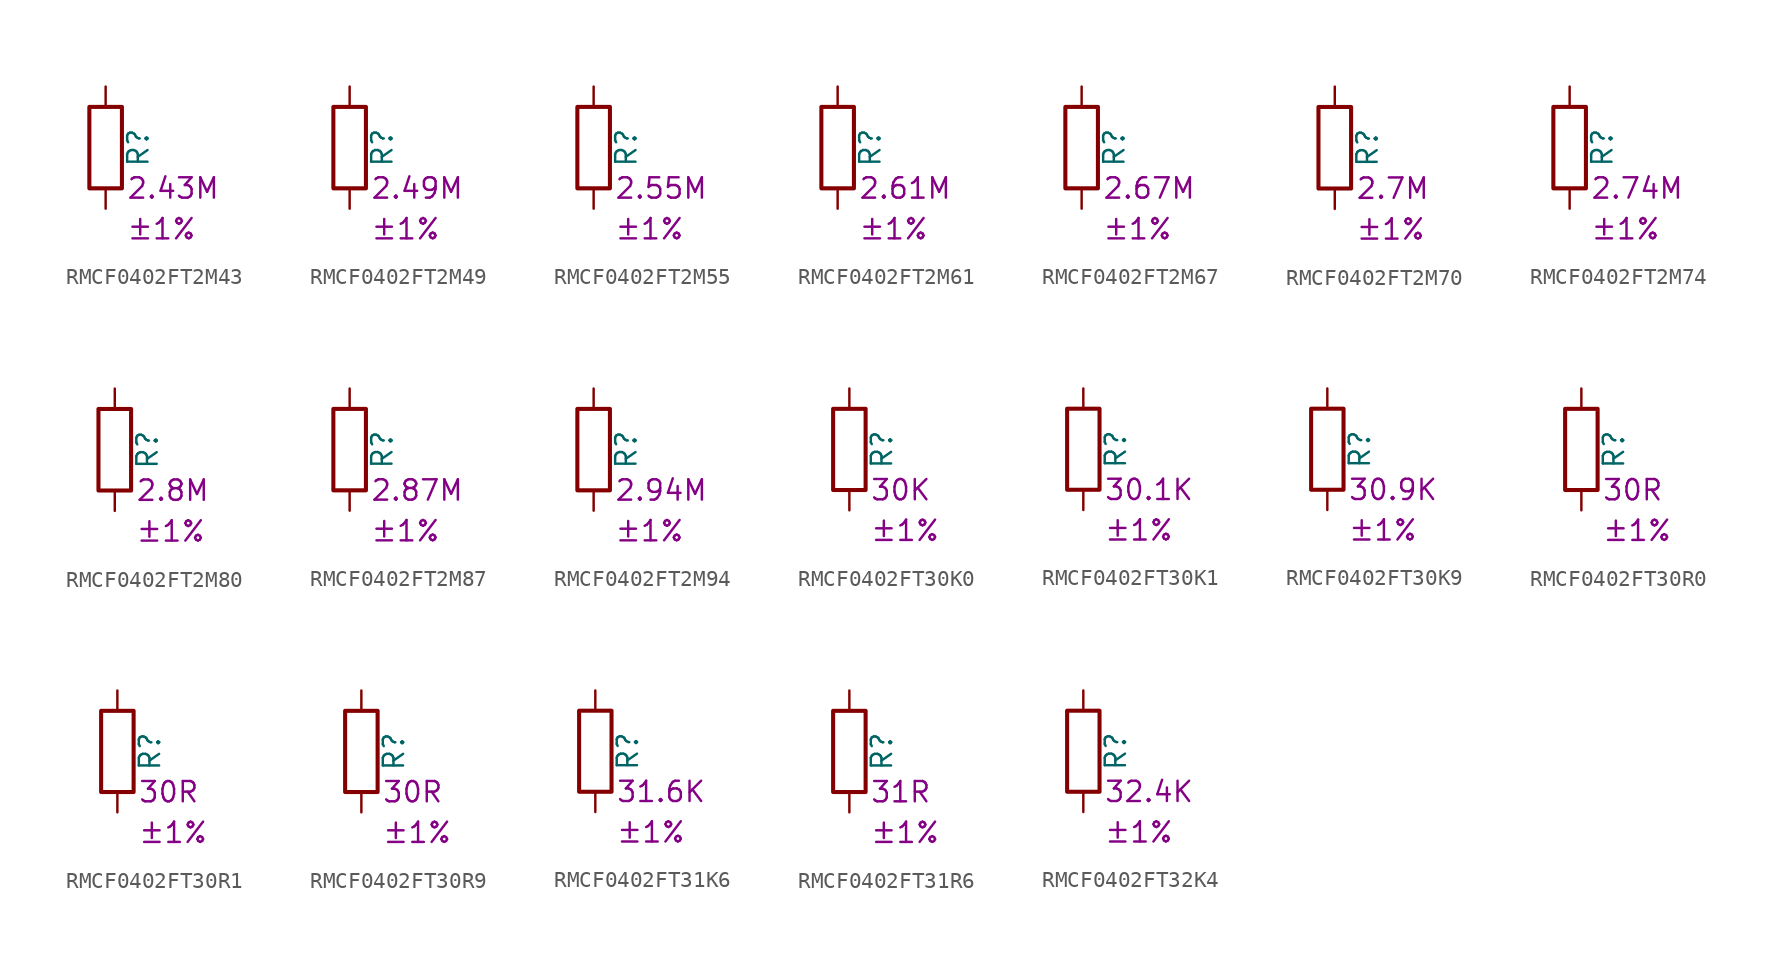
<source format=kicad_sym>
(kicad_symbol_lib
  (version 20220914)
  (generator kicad_symbol_editor)
  (symbol "RMCF0402FT2M43"
    (pin_numbers hide)
    (pin_names
      (offset 0))
    (property "Reference" "R"
      (at 2.032 0 90)
      (effects (font (size 1.27 1.27))))
    (property "Resistance" "2.43M"
      (at 1.27 -2.54 0)
      (effects (font (size 1.27 1.27)) (justify left)))
    (property "Tolerance" "±1%"
      (at 1.27 -5.08 0)
      (effects (font (size 1.27 1.27)) (justify left)))
    (symbol "RMCF0402FT2M43_0_1"
      (rectangle (start -1.016 -2.54) (end 1.016 2.54) (stroke (width 0.254) (type default)) (fill (type none))))
    (symbol "RMCF0402FT2M43_1_1"
      (pin passive line (at 0 3.81 270) (length 1.27) (name "~" (effects (font (size 1.27 1.27)))) (number "1" (effects (font (size 1.27 1.27)))))
      (pin passive line (at 0 -3.81 90) (length 1.27) (name "~" (effects (font (size 1.27 1.27)))) (number "2" (effects (font (size 1.27 1.27)))))))
  (symbol "RMCF0402FT2M49"
    (pin_numbers hide)
    (pin_names
      (offset 0))
    (property "Reference" "R"
      (at 2.032 0 90)
      (effects (font (size 1.27 1.27))))
    (property "Resistance" "2.49M"
      (at 1.27 -2.54 0)
      (effects (font (size 1.27 1.27)) (justify left)))
    (property "Tolerance" "±1%"
      (at 1.27 -5.08 0)
      (effects (font (size 1.27 1.27)) (justify left)))
    (symbol "RMCF0402FT2M49_0_1"
      (rectangle (start -1.016 -2.54) (end 1.016 2.54) (stroke (width 0.254) (type default)) (fill (type none))))
    (symbol "RMCF0402FT2M49_1_1"
      (pin passive line (at 0 3.81 270) (length 1.27) (name "~" (effects (font (size 1.27 1.27)))) (number "1" (effects (font (size 1.27 1.27)))))
      (pin passive line (at 0 -3.81 90) (length 1.27) (name "~" (effects (font (size 1.27 1.27)))) (number "2" (effects (font (size 1.27 1.27)))))))
  (symbol "RMCF0402FT2M55"
    (pin_numbers hide)
    (pin_names
      (offset 0))
    (property "Reference" "R"
      (at 2.032 0 90)
      (effects (font (size 1.27 1.27))))
    (property "Resistance" "2.55M"
      (at 1.27 -2.54 0)
      (effects (font (size 1.27 1.27)) (justify left)))
    (property "Tolerance" "±1%"
      (at 1.27 -5.08 0)
      (effects (font (size 1.27 1.27)) (justify left)))
    (symbol "RMCF0402FT2M55_0_1"
      (rectangle (start -1.016 -2.54) (end 1.016 2.54) (stroke (width 0.254) (type default)) (fill (type none))))
    (symbol "RMCF0402FT2M55_1_1"
      (pin passive line (at 0 3.81 270) (length 1.27) (name "~" (effects (font (size 1.27 1.27)))) (number "1" (effects (font (size 1.27 1.27)))))
      (pin passive line (at 0 -3.81 90) (length 1.27) (name "~" (effects (font (size 1.27 1.27)))) (number "2" (effects (font (size 1.27 1.27)))))))
  (symbol "RMCF0402FT2M61"
    (pin_numbers hide)
    (pin_names
      (offset 0))
    (property "Reference" "R"
      (at 2.032 0 90)
      (effects (font (size 1.27 1.27))))
    (property "Resistance" "2.61M"
      (at 1.27 -2.54 0)
      (effects (font (size 1.27 1.27)) (justify left)))
    (property "Tolerance" "±1%"
      (at 1.27 -5.08 0)
      (effects (font (size 1.27 1.27)) (justify left)))
    (symbol "RMCF0402FT2M61_0_1"
      (rectangle (start -1.016 -2.54) (end 1.016 2.54) (stroke (width 0.254) (type default)) (fill (type none))))
    (symbol "RMCF0402FT2M61_1_1"
      (pin passive line (at 0 3.81 270) (length 1.27) (name "~" (effects (font (size 1.27 1.27)))) (number "1" (effects (font (size 1.27 1.27)))))
      (pin passive line (at 0 -3.81 90) (length 1.27) (name "~" (effects (font (size 1.27 1.27)))) (number "2" (effects (font (size 1.27 1.27)))))))
  (symbol "RMCF0402FT2M67"
    (pin_numbers hide)
    (pin_names
      (offset 0))
    (property "Reference" "R"
      (at 2.032 0 90)
      (effects (font (size 1.27 1.27))))
    (property "Resistance" "2.67M"
      (at 1.27 -2.54 0)
      (effects (font (size 1.27 1.27)) (justify left)))
    (property "Tolerance" "±1%"
      (at 1.27 -5.08 0)
      (effects (font (size 1.27 1.27)) (justify left)))
    (symbol "RMCF0402FT2M67_0_1"
      (rectangle (start -1.016 -2.54) (end 1.016 2.54) (stroke (width 0.254) (type default)) (fill (type none))))
    (symbol "RMCF0402FT2M67_1_1"
      (pin passive line (at 0 3.81 270) (length 1.27) (name "~" (effects (font (size 1.27 1.27)))) (number "1" (effects (font (size 1.27 1.27)))))
      (pin passive line (at 0 -3.81 90) (length 1.27) (name "~" (effects (font (size 1.27 1.27)))) (number "2" (effects (font (size 1.27 1.27)))))))
  (symbol "RMCF0402FT2M70"
    (pin_numbers hide)
    (pin_names
      (offset 0))
    (property "Reference" "R"
      (at 2.032 0 90)
      (effects (font (size 1.27 1.27))))
    (property "Resistance" "2.7M"
      (at 1.27 -2.54 0)
      (effects (font (size 1.27 1.27)) (justify left)))
    (property "Tolerance" "±1%"
      (at 1.27 -5.08 0)
      (effects (font (size 1.27 1.27)) (justify left)))
    (symbol "RMCF0402FT2M70_0_1"
      (rectangle (start -1.016 -2.54) (end 1.016 2.54) (stroke (width 0.254) (type default)) (fill (type none))))
    (symbol "RMCF0402FT2M70_1_1"
      (pin passive line (at 0 3.81 270) (length 1.27) (name "~" (effects (font (size 1.27 1.27)))) (number "1" (effects (font (size 1.27 1.27)))))
      (pin passive line (at 0 -3.81 90) (length 1.27) (name "~" (effects (font (size 1.27 1.27)))) (number "2" (effects (font (size 1.27 1.27)))))))
  (symbol "RMCF0402FT2M74"
    (pin_numbers hide)
    (pin_names
      (offset 0))
    (property "Reference" "R"
      (at 2.032 0 90)
      (effects (font (size 1.27 1.27))))
    (property "Resistance" "2.74M"
      (at 1.27 -2.54 0)
      (effects (font (size 1.27 1.27)) (justify left)))
    (property "Tolerance" "±1%"
      (at 1.27 -5.08 0)
      (effects (font (size 1.27 1.27)) (justify left)))
    (symbol "RMCF0402FT2M74_0_1"
      (rectangle (start -1.016 -2.54) (end 1.016 2.54) (stroke (width 0.254) (type default)) (fill (type none))))
    (symbol "RMCF0402FT2M74_1_1"
      (pin passive line (at 0 3.81 270) (length 1.27) (name "~" (effects (font (size 1.27 1.27)))) (number "1" (effects (font (size 1.27 1.27)))))
      (pin passive line (at 0 -3.81 90) (length 1.27) (name "~" (effects (font (size 1.27 1.27)))) (number "2" (effects (font (size 1.27 1.27)))))))
  (symbol "RMCF0402FT2M80"
    (pin_numbers hide)
    (pin_names
      (offset 0))
    (property "Reference" "R"
      (at 2.032 0 90)
      (effects (font (size 1.27 1.27))))
    (property "Resistance" "2.8M"
      (at 1.27 -2.54 0)
      (effects (font (size 1.27 1.27)) (justify left)))
    (property "Tolerance" "±1%"
      (at 1.27 -5.08 0)
      (effects (font (size 1.27 1.27)) (justify left)))
    (symbol "RMCF0402FT2M80_0_1"
      (rectangle (start -1.016 -2.54) (end 1.016 2.54) (stroke (width 0.254) (type default)) (fill (type none))))
    (symbol "RMCF0402FT2M80_1_1"
      (pin passive line (at 0 3.81 270) (length 1.27) (name "~" (effects (font (size 1.27 1.27)))) (number "1" (effects (font (size 1.27 1.27)))))
      (pin passive line (at 0 -3.81 90) (length 1.27) (name "~" (effects (font (size 1.27 1.27)))) (number "2" (effects (font (size 1.27 1.27)))))))
  (symbol "RMCF0402FT2M87"
    (pin_numbers hide)
    (pin_names
      (offset 0))
    (property "Reference" "R"
      (at 2.032 0 90)
      (effects (font (size 1.27 1.27))))
    (property "Resistance" "2.87M"
      (at 1.27 -2.54 0)
      (effects (font (size 1.27 1.27)) (justify left)))
    (property "Tolerance" "±1%"
      (at 1.27 -5.08 0)
      (effects (font (size 1.27 1.27)) (justify left)))
    (symbol "RMCF0402FT2M87_0_1"
      (rectangle (start -1.016 -2.54) (end 1.016 2.54) (stroke (width 0.254) (type default)) (fill (type none))))
    (symbol "RMCF0402FT2M87_1_1"
      (pin passive line (at 0 3.81 270) (length 1.27) (name "~" (effects (font (size 1.27 1.27)))) (number "1" (effects (font (size 1.27 1.27)))))
      (pin passive line (at 0 -3.81 90) (length 1.27) (name "~" (effects (font (size 1.27 1.27)))) (number "2" (effects (font (size 1.27 1.27)))))))
  (symbol "RMCF0402FT2M94"
    (pin_numbers hide)
    (pin_names
      (offset 0))
    (property "Reference" "R"
      (at 2.032 0 90)
      (effects (font (size 1.27 1.27))))
    (property "Resistance" "2.94M"
      (at 1.27 -2.54 0)
      (effects (font (size 1.27 1.27)) (justify left)))
    (property "Tolerance" "±1%"
      (at 1.27 -5.08 0)
      (effects (font (size 1.27 1.27)) (justify left)))
    (symbol "RMCF0402FT2M94_0_1"
      (rectangle (start -1.016 -2.54) (end 1.016 2.54) (stroke (width 0.254) (type default)) (fill (type none))))
    (symbol "RMCF0402FT2M94_1_1"
      (pin passive line (at 0 3.81 270) (length 1.27) (name "~" (effects (font (size 1.27 1.27)))) (number "1" (effects (font (size 1.27 1.27)))))
      (pin passive line (at 0 -3.81 90) (length 1.27) (name "~" (effects (font (size 1.27 1.27)))) (number "2" (effects (font (size 1.27 1.27)))))))
  (symbol "RMCF0402FT30K0"
    (pin_numbers hide)
    (pin_names
      (offset 0))
    (property "Reference" "R"
      (at 2.032 0 90)
      (effects (font (size 1.27 1.27))))
    (property "Resistance" "30K"
      (at 1.27 -2.54 0)
      (effects (font (size 1.27 1.27)) (justify left)))
    (property "Tolerance" "±1%"
      (at 1.27 -5.08 0)
      (effects (font (size 1.27 1.27)) (justify left)))
    (symbol "RMCF0402FT30K0_0_1"
      (rectangle (start -1.016 -2.54) (end 1.016 2.54) (stroke (width 0.254) (type default)) (fill (type none))))
    (symbol "RMCF0402FT30K0_1_1"
      (pin passive line (at 0 3.81 270) (length 1.27) (name "~" (effects (font (size 1.27 1.27)))) (number "1" (effects (font (size 1.27 1.27)))))
      (pin passive line (at 0 -3.81 90) (length 1.27) (name "~" (effects (font (size 1.27 1.27)))) (number "2" (effects (font (size 1.27 1.27)))))))
  (symbol "RMCF0402FT30K1"
    (pin_numbers hide)
    (pin_names
      (offset 0))
    (property "Reference" "R"
      (at 2.032 0 90)
      (effects (font (size 1.27 1.27))))
    (property "Resistance" "30.1K"
      (at 1.27 -2.54 0)
      (effects (font (size 1.27 1.27)) (justify left)))
    (property "Tolerance" "±1%"
      (at 1.27 -5.08 0)
      (effects (font (size 1.27 1.27)) (justify left)))
    (symbol "RMCF0402FT30K1_0_1"
      (rectangle (start -1.016 -2.54) (end 1.016 2.54) (stroke (width 0.254) (type default)) (fill (type none))))
    (symbol "RMCF0402FT30K1_1_1"
      (pin passive line (at 0 3.81 270) (length 1.27) (name "~" (effects (font (size 1.27 1.27)))) (number "1" (effects (font (size 1.27 1.27)))))
      (pin passive line (at 0 -3.81 90) (length 1.27) (name "~" (effects (font (size 1.27 1.27)))) (number "2" (effects (font (size 1.27 1.27)))))))
  (symbol "RMCF0402FT30K9"
    (pin_numbers hide)
    (pin_names
      (offset 0))
    (property "Reference" "R"
      (at 2.032 0 90)
      (effects (font (size 1.27 1.27))))
    (property "Resistance" "30.9K"
      (at 1.27 -2.54 0)
      (effects (font (size 1.27 1.27)) (justify left)))
    (property "Tolerance" "±1%"
      (at 1.27 -5.08 0)
      (effects (font (size 1.27 1.27)) (justify left)))
    (symbol "RMCF0402FT30K9_0_1"
      (rectangle (start -1.016 -2.54) (end 1.016 2.54) (stroke (width 0.254) (type default)) (fill (type none))))
    (symbol "RMCF0402FT30K9_1_1"
      (pin passive line (at 0 3.81 270) (length 1.27) (name "~" (effects (font (size 1.27 1.27)))) (number "1" (effects (font (size 1.27 1.27)))))
      (pin passive line (at 0 -3.81 90) (length 1.27) (name "~" (effects (font (size 1.27 1.27)))) (number "2" (effects (font (size 1.27 1.27)))))))
  (symbol "RMCF0402FT30R0"
    (pin_numbers hide)
    (pin_names
      (offset 0))
    (property "Reference" "R"
      (at 2.032 0 90)
      (effects (font (size 1.27 1.27))))
    (property "Resistance" "30R"
      (at 1.27 -2.54 0)
      (effects (font (size 1.27 1.27)) (justify left)))
    (property "Tolerance" "±1%"
      (at 1.27 -5.08 0)
      (effects (font (size 1.27 1.27)) (justify left)))
    (symbol "RMCF0402FT30R0_0_1"
      (rectangle (start -1.016 -2.54) (end 1.016 2.54) (stroke (width 0.254) (type default)) (fill (type none))))
    (symbol "RMCF0402FT30R0_1_1"
      (pin passive line (at 0 3.81 270) (length 1.27) (name "~" (effects (font (size 1.27 1.27)))) (number "1" (effects (font (size 1.27 1.27)))))
      (pin passive line (at 0 -3.81 90) (length 1.27) (name "~" (effects (font (size 1.27 1.27)))) (number "2" (effects (font (size 1.27 1.27)))))))
  (symbol "RMCF0402FT30R1"
    (pin_numbers hide)
    (pin_names
      (offset 0))
    (property "Reference" "R"
      (at 2.032 0 90)
      (effects (font (size 1.27 1.27))))
    (property "Resistance" "30R"
      (at 1.27 -2.54 0)
      (effects (font (size 1.27 1.27)) (justify left)))
    (property "Tolerance" "±1%"
      (at 1.27 -5.08 0)
      (effects (font (size 1.27 1.27)) (justify left)))
    (symbol "RMCF0402FT30R1_0_1"
      (rectangle (start -1.016 -2.54) (end 1.016 2.54) (stroke (width 0.254) (type default)) (fill (type none))))
    (symbol "RMCF0402FT30R1_1_1"
      (pin passive line (at 0 3.81 270) (length 1.27) (name "~" (effects (font (size 1.27 1.27)))) (number "1" (effects (font (size 1.27 1.27)))))
      (pin passive line (at 0 -3.81 90) (length 1.27) (name "~" (effects (font (size 1.27 1.27)))) (number "2" (effects (font (size 1.27 1.27)))))))
  (symbol "RMCF0402FT30R9"
    (pin_numbers hide)
    (pin_names
      (offset 0))
    (property "Reference" "R"
      (at 2.032 0 90)
      (effects (font (size 1.27 1.27))))
    (property "Resistance" "30R"
      (at 1.27 -2.54 0)
      (effects (font (size 1.27 1.27)) (justify left)))
    (property "Tolerance" "±1%"
      (at 1.27 -5.08 0)
      (effects (font (size 1.27 1.27)) (justify left)))
    (symbol "RMCF0402FT30R9_0_1"
      (rectangle (start -1.016 -2.54) (end 1.016 2.54) (stroke (width 0.254) (type default)) (fill (type none))))
    (symbol "RMCF0402FT30R9_1_1"
      (pin passive line (at 0 3.81 270) (length 1.27) (name "~" (effects (font (size 1.27 1.27)))) (number "1" (effects (font (size 1.27 1.27)))))
      (pin passive line (at 0 -3.81 90) (length 1.27) (name "~" (effects (font (size 1.27 1.27)))) (number "2" (effects (font (size 1.27 1.27)))))))
  (symbol "RMCF0402FT31K6"
    (pin_numbers hide)
    (pin_names
      (offset 0))
    (property "Reference" "R"
      (at 2.032 0 90)
      (effects (font (size 1.27 1.27))))
    (property "Resistance" "31.6K"
      (at 1.27 -2.54 0)
      (effects (font (size 1.27 1.27)) (justify left)))
    (property "Tolerance" "±1%"
      (at 1.27 -5.08 0)
      (effects (font (size 1.27 1.27)) (justify left)))
    (symbol "RMCF0402FT31K6_0_1"
      (rectangle (start -1.016 -2.54) (end 1.016 2.54) (stroke (width 0.254) (type default)) (fill (type none))))
    (symbol "RMCF0402FT31K6_1_1"
      (pin passive line (at 0 3.81 270) (length 1.27) (name "~" (effects (font (size 1.27 1.27)))) (number "1" (effects (font (size 1.27 1.27)))))
      (pin passive line (at 0 -3.81 90) (length 1.27) (name "~" (effects (font (size 1.27 1.27)))) (number "2" (effects (font (size 1.27 1.27)))))))
  (symbol "RMCF0402FT31R6"
    (pin_numbers hide)
    (pin_names
      (offset 0))
    (property "Reference" "R"
      (at 2.032 0 90)
      (effects (font (size 1.27 1.27))))
    (property "Resistance" "31R"
      (at 1.27 -2.54 0)
      (effects (font (size 1.27 1.27)) (justify left)))
    (property "Tolerance" "±1%"
      (at 1.27 -5.08 0)
      (effects (font (size 1.27 1.27)) (justify left)))
    (symbol "RMCF0402FT31R6_0_1"
      (rectangle (start -1.016 -2.54) (end 1.016 2.54) (stroke (width 0.254) (type default)) (fill (type none))))
    (symbol "RMCF0402FT31R6_1_1"
      (pin passive line (at 0 3.81 270) (length 1.27) (name "~" (effects (font (size 1.27 1.27)))) (number "1" (effects (font (size 1.27 1.27)))))
      (pin passive line (at 0 -3.81 90) (length 1.27) (name "~" (effects (font (size 1.27 1.27)))) (number "2" (effects (font (size 1.27 1.27)))))))
  (symbol "RMCF0402FT32K4"
    (pin_numbers hide)
    (pin_names
      (offset 0))
    (property "Reference" "R"
      (at 2.032 0 90)
      (effects (font (size 1.27 1.27))))
    (property "Resistance" "32.4K"
      (at 1.27 -2.54 0)
      (effects (font (size 1.27 1.27)) (justify left)))
    (property "Tolerance" "±1%"
      (at 1.27 -5.08 0)
      (effects (font (size 1.27 1.27)) (justify left)))
    (symbol "RMCF0402FT32K4_0_1"
      (rectangle (start -1.016 -2.54) (end 1.016 2.54) (stroke (width 0.254) (type default)) (fill (type none))))
    (symbol "RMCF0402FT32K4_1_1"
      (pin passive line (at 0 3.81 270) (length 1.27) (name "~" (effects (font (size 1.27 1.27)))) (number "1" (effects (font (size 1.27 1.27)))))
      (pin passive line (at 0 -3.81 90) (length 1.27) (name "~" (effects (font (size 1.27 1.27)))) (number "2" (effects (font (size 1.27 1.27))))))))
</source>
